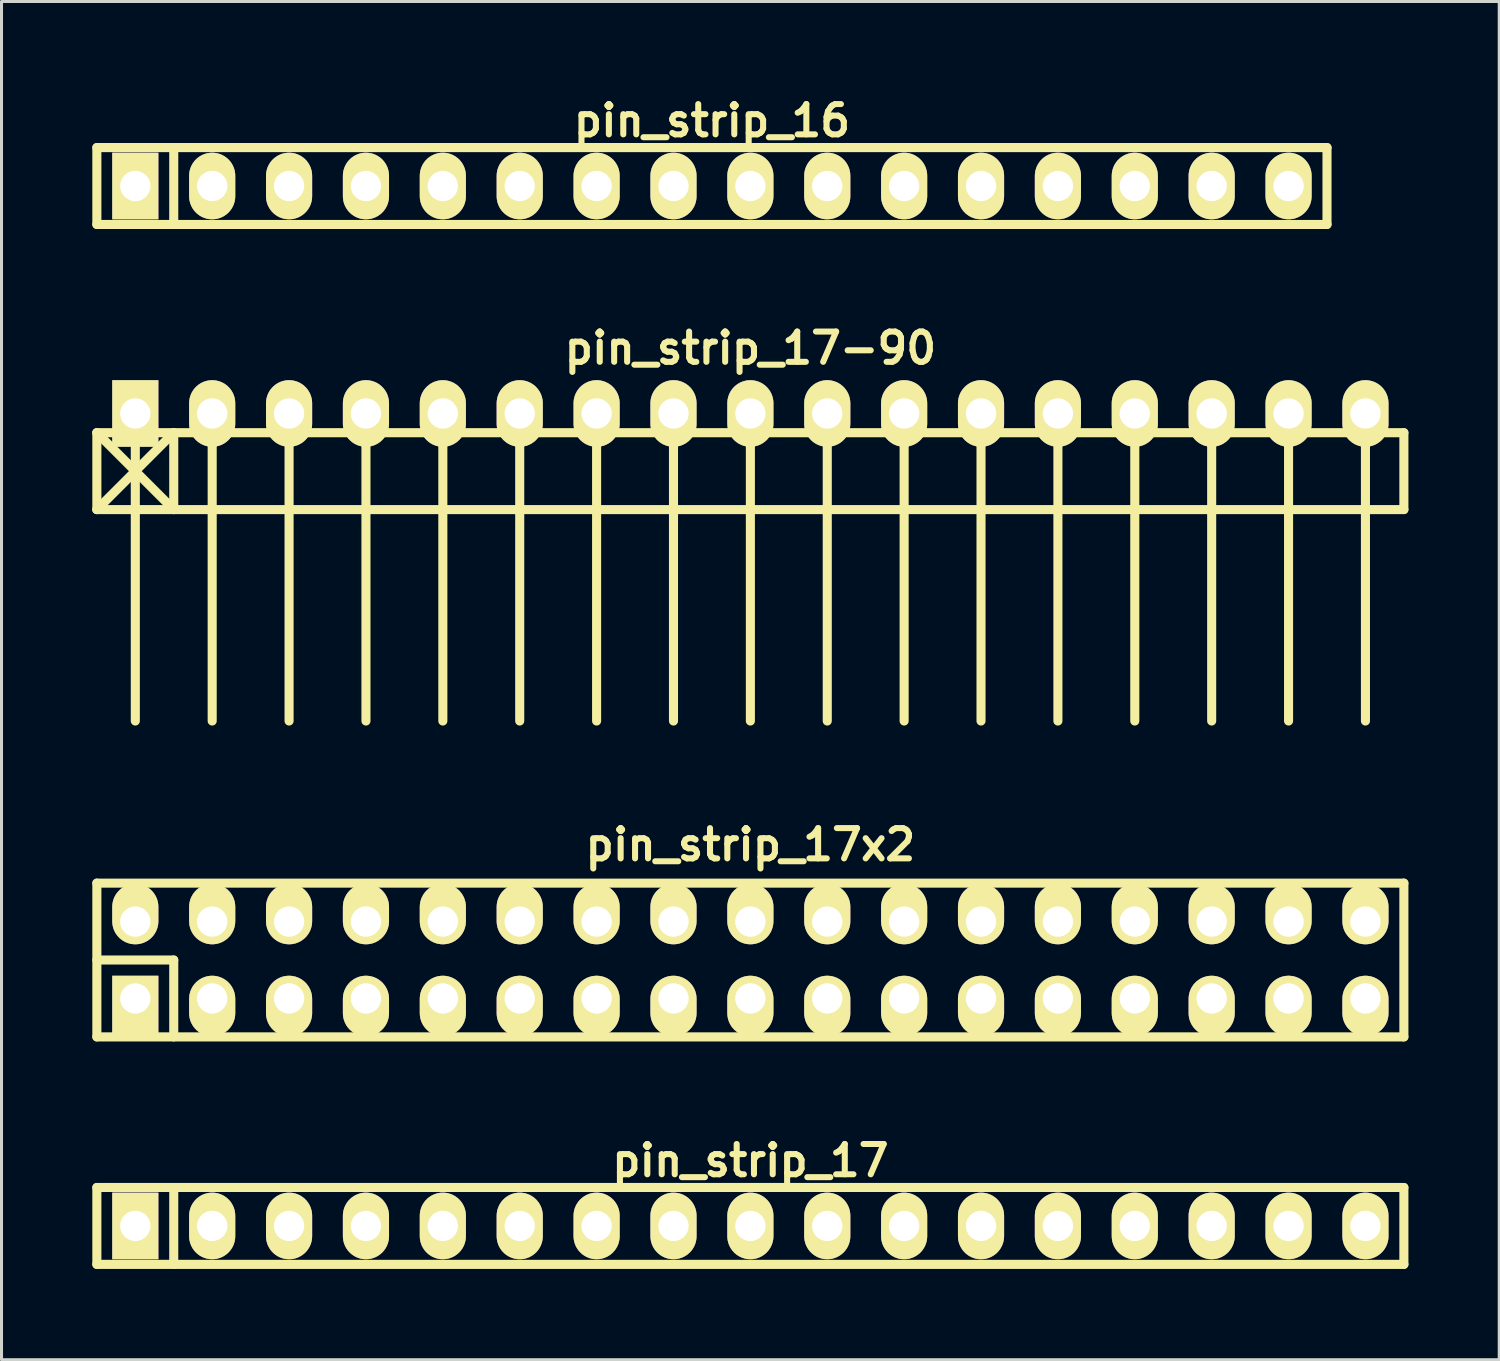
<source format=kicad_pcb>
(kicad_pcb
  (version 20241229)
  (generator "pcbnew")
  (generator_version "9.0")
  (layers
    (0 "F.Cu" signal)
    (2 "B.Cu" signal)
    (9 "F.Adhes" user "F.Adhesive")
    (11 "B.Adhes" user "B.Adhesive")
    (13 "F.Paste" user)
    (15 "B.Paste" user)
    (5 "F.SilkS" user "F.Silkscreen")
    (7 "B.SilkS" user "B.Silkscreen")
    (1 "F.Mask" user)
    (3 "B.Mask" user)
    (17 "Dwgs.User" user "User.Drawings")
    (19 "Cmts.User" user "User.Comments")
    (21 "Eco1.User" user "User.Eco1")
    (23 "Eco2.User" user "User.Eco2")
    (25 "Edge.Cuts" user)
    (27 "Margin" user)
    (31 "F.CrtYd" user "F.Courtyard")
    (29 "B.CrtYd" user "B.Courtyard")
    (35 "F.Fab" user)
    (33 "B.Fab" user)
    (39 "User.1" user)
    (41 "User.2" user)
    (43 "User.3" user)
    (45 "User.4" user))
  (footprint "pin_strip_17-90"
    (layer "F.Cu")
    (at 21.74 10.61)
    (property "Reference" "pin_strip_17-90" (at 0 -2.159 0) (layer "F.SilkS") (effects (font (size 1 1) (thickness 0.2))))
    (attr through_hole)
    (fp_line (start -21.59 0.635) (end 21.59 0.635) (stroke (width 0.3) (type solid)) (layer "F.SilkS"))
    (fp_line (start -21.59 3.175) (end -21.59 0.635) (stroke (width 0.3) (type solid)) (layer "F.SilkS"))
    (fp_line (start -21.59 3.175) (end -19.05 0.635) (stroke (width 0.3) (type solid)) (layer "F.SilkS"))
    (fp_line (start -20.32 0) (end -20.32 10.16) (stroke (width 0.3) (type solid)) (layer "F.SilkS"))
    (fp_line (start -19.05 0.635) (end -19.05 3.175) (stroke (width 0.3) (type solid)) (layer "F.SilkS"))
    (fp_line (start -19.05 3.175) (end -21.59 0.635) (stroke (width 0.3) (type solid)) (layer "F.SilkS"))
    (fp_line (start -17.78 0) (end -17.78 10.16) (stroke (width 0.3) (type solid)) (layer "F.SilkS"))
    (fp_line (start -15.24 10.16) (end -15.24 0) (stroke (width 0.3) (type solid)) (layer "F.SilkS"))
    (fp_line (start -12.7 0) (end -12.7 10.16) (stroke (width 0.3) (type solid)) (layer "F.SilkS"))
    (fp_line (start -10.16 0) (end -10.16 10.16) (stroke (width 0.3) (type solid)) (layer "F.SilkS"))
    (fp_line (start -7.62 0) (end -7.62 10.16) (stroke (width 0.3) (type solid)) (layer "F.SilkS"))
    (fp_line (start -5.08 0) (end -5.08 10.16) (stroke (width 0.3) (type solid)) (layer "F.SilkS"))
    (fp_line (start -2.54 0) (end -2.54 10.16) (stroke (width 0.3) (type solid)) (layer "F.SilkS"))
    (fp_line (start 0 0) (end 0 10.16) (stroke (width 0.3) (type solid)) (layer "F.SilkS"))
    (fp_line (start 2.54 0) (end 2.54 10.16) (stroke (width 0.3) (type solid)) (layer "F.SilkS"))
    (fp_line (start 5.08 0) (end 5.08 10.16) (stroke (width 0.3) (type solid)) (layer "F.SilkS"))
    (fp_line (start 7.62 0) (end 7.62 10.16) (stroke (width 0.3) (type solid)) (layer "F.SilkS"))
    (fp_line (start 10.16 10.16) (end 10.16 0) (stroke (width 0.3) (type solid)) (layer "F.SilkS"))
    (fp_line (start 12.7 0) (end 12.7 10.16) (stroke (width 0.3) (type solid)) (layer "F.SilkS"))
    (fp_line (start 15.24 0) (end 15.24 10.16) (stroke (width 0.3) (type solid)) (layer "F.SilkS"))
    (fp_line (start 17.78 0) (end 17.78 10.16) (stroke (width 0.3) (type solid)) (layer "F.SilkS"))
    (fp_line (start 20.32 0) (end 20.32 10.16) (stroke (width 0.3) (type solid)) (layer "F.SilkS"))
    (fp_line (start 21.59 0.635) (end 21.59 3.175) (stroke (width 0.3) (type solid)) (layer "F.SilkS"))
    (fp_line (start 21.59 3.175) (end -21.59 3.175) (stroke (width 0.3) (type solid)) (layer "F.SilkS"))
    (pad "1" thru_hole rect (at -20.32 0) (size 1.524 2.2) (drill 1.001) (layers "*.Cu" "*.Mask" "F.SilkS"))
    (pad "2" thru_hole oval (at -17.78 0) (size 1.524 2.2) (drill 1.001) (layers "*.Cu" "*.Mask" "F.SilkS"))
    (pad "3" thru_hole oval (at -15.24 0) (size 1.524 2.2) (drill 1.001) (layers "*.Cu" "*.Mask" "F.SilkS"))
    (pad "4" thru_hole oval (at -12.7 0) (size 1.524 2.2) (drill 1.001) (layers "*.Cu" "*.Mask" "F.SilkS"))
    (pad "5" thru_hole oval (at -10.16 0) (size 1.524 2.2) (drill 1.001) (layers "*.Cu" "*.Mask" "F.SilkS"))
    (pad "6" thru_hole oval (at -7.62 0) (size 1.524 2.2) (drill 1.001) (layers "*.Cu" "*.Mask" "F.SilkS"))
    (pad "7" thru_hole oval (at -5.08 0) (size 1.524 2.2) (drill 1.001) (layers "*.Cu" "*.Mask" "F.SilkS"))
    (pad "8" thru_hole oval (at -2.54 0) (size 1.524 2.2) (drill 1.001) (layers "*.Cu" "*.Mask" "F.SilkS"))
    (pad "9" thru_hole oval (at 0 0) (size 1.524 2.2) (drill 1.001) (layers "*.Cu" "*.Mask" "F.SilkS"))
    (pad "10" thru_hole oval (at 2.54 0) (size 1.524 2.2) (drill 1.001) (layers "*.Cu" "*.Mask" "F.SilkS"))
    (pad "11" thru_hole oval (at 5.08 0) (size 1.524 2.2) (drill 1.001) (layers "*.Cu" "*.Mask" "F.SilkS"))
    (pad "12" thru_hole oval (at 7.62 0) (size 1.524 2.2) (drill 1.001) (layers "*.Cu" "*.Mask" "F.SilkS"))
    (pad "13" thru_hole oval (at 10.16 0) (size 1.524 2.2) (drill 1.001) (layers "*.Cu" "*.Mask" "F.SilkS"))
    (pad "14" thru_hole oval (at 12.7 0) (size 1.524 2.2) (drill 1.001) (layers "*.Cu" "*.Mask" "F.SilkS"))
    (pad "15" thru_hole oval (at 15.24 0) (size 1.524 2.2) (drill 1.001) (layers "*.Cu" "*.Mask" "F.SilkS"))
    (pad "16" thru_hole oval (at 17.78 0) (size 1.524 2.2) (drill 1.001) (layers "*.Cu" "*.Mask" "F.SilkS"))
    (pad "17" thru_hole oval (at 20.32 0) (size 1.524 2.2) (drill 1.001) (layers "*.Cu" "*.Mask" "F.SilkS")))
  (footprint "pin_strip_17x2"
    (layer "F.Cu")
    (at 21.74 28.666)
    (property "Reference" "pin_strip_17x2" (at 0 -3.81 0) (layer "F.SilkS") (effects (font (size 1 1) (thickness 0.2))))
    (attr through_hole)
    (fp_line (start -21.59 -2.54) (end -21.59 2.54) (stroke (width 0.3) (type solid)) (layer "F.SilkS"))
    (fp_line (start -21.59 -2.54) (end 21.59 -2.54) (stroke (width 0.3) (type solid)) (layer "F.SilkS"))
    (fp_line (start -21.59 0) (end -19.05 0) (stroke (width 0.3) (type solid)) (layer "F.SilkS"))
    (fp_line (start -19.05 0) (end -19.05 2.54) (stroke (width 0.3) (type solid)) (layer "F.SilkS"))
    (fp_line (start 21.59 2.54) (end -21.59 2.54) (stroke (width 0.3) (type solid)) (layer "F.SilkS"))
    (fp_line (start 21.59 2.54) (end 21.59 -2.54) (stroke (width 0.3) (type solid)) (layer "F.SilkS"))
    (pad "1" thru_hole rect (at -20.32 1.27) (size 1.524 1.999) (drill 1.001 (offset 0 0.249)) (layers "*.Cu" "*.Mask" "F.SilkS"))
    (pad "2" thru_hole oval (at -20.32 -1.27) (size 1.524 1.999) (drill 1.001 (offset 0 -0.249)) (layers "*.Cu" "*.Mask" "F.SilkS"))
    (pad "3" thru_hole oval (at -17.78 1.27) (size 1.524 1.999) (drill 1.001 (offset 0 0.249)) (layers "*.Cu" "*.Mask" "F.SilkS"))
    (pad "4" thru_hole oval (at -17.78 -1.27) (size 1.524 1.999) (drill 1.001 (offset 0 -0.249)) (layers "*.Cu" "*.Mask" "F.SilkS"))
    (pad "5" thru_hole oval (at -15.24 1.27) (size 1.524 1.999) (drill 1.001 (offset 0 0.249)) (layers "*.Cu" "*.Mask" "F.SilkS"))
    (pad "6" thru_hole oval (at -15.24 -1.27) (size 1.524 1.999) (drill 1.001 (offset 0 -0.249)) (layers "*.Cu" "*.Mask" "F.SilkS"))
    (pad "7" thru_hole oval (at -12.7 1.27) (size 1.524 1.999) (drill 1.001 (offset 0 0.249)) (layers "*.Cu" "*.Mask" "F.SilkS"))
    (pad "8" thru_hole oval (at -12.7 -1.27) (size 1.524 1.999) (drill 1.001 (offset 0 -0.249)) (layers "*.Cu" "*.Mask" "F.SilkS"))
    (pad "9" thru_hole oval (at -10.16 1.27) (size 1.524 1.999) (drill 1.001 (offset 0 0.249)) (layers "*.Cu" "*.Mask" "F.SilkS"))
    (pad "10" thru_hole oval (at -10.16 -1.27) (size 1.524 1.999) (drill 1.001 (offset 0 -0.249)) (layers "*.Cu" "*.Mask" "F.SilkS"))
    (pad "11" thru_hole oval (at -7.62 1.27) (size 1.524 1.999) (drill 1.001 (offset 0 0.249)) (layers "*.Cu" "*.Mask" "F.SilkS"))
    (pad "12" thru_hole oval (at -7.62 -1.27) (size 1.524 1.999) (drill 1.001 (offset 0 -0.249)) (layers "*.Cu" "*.Mask" "F.SilkS"))
    (pad "13" thru_hole oval (at -5.08 1.27) (size 1.524 1.999) (drill 1.001 (offset 0 0.249)) (layers "*.Cu" "*.Mask" "F.SilkS"))
    (pad "14" thru_hole oval (at -5.08 -1.27) (size 1.524 1.999) (drill 1.001 (offset 0 -0.249)) (layers "*.Cu" "*.Mask" "F.SilkS"))
    (pad "15" thru_hole oval (at -2.54 1.27) (size 1.524 1.999) (drill 1.001 (offset 0 0.249)) (layers "*.Cu" "*.Mask" "F.SilkS"))
    (pad "16" thru_hole oval (at -2.54 -1.27) (size 1.524 1.999) (drill 1.001 (offset 0 -0.249)) (layers "*.Cu" "*.Mask" "F.SilkS"))
    (pad "17" thru_hole oval (at 0 1.27) (size 1.524 1.999) (drill 1.001 (offset 0 0.249)) (layers "*.Cu" "*.Mask" "F.SilkS"))
    (pad "18" thru_hole oval (at 0 -1.27) (size 1.524 1.999) (drill 1.001 (offset 0 -0.249)) (layers "*.Cu" "*.Mask" "F.SilkS"))
    (pad "19" thru_hole oval (at 2.54 1.27) (size 1.524 1.999) (drill 1.001 (offset 0 0.249)) (layers "*.Cu" "*.Mask" "F.SilkS"))
    (pad "20" thru_hole oval (at 2.54 -1.27) (size 1.524 1.999) (drill 1.001 (offset 0 -0.249)) (layers "*.Cu" "*.Mask" "F.SilkS"))
    (pad "21" thru_hole oval (at 5.08 1.27) (size 1.524 1.999) (drill 1.001 (offset 0 0.249)) (layers "*.Cu" "*.Mask" "F.SilkS"))
    (pad "22" thru_hole oval (at 5.08 -1.27) (size 1.524 1.999) (drill 1.001 (offset 0 -0.249)) (layers "*.Cu" "*.Mask" "F.SilkS"))
    (pad "23" thru_hole oval (at 7.62 1.27) (size 1.524 1.999) (drill 1.001 (offset 0 0.249)) (layers "*.Cu" "*.Mask" "F.SilkS"))
    (pad "24" thru_hole oval (at 7.62 -1.27) (size 1.524 1.999) (drill 1.001 (offset 0 -0.249)) (layers "*.Cu" "*.Mask" "F.SilkS"))
    (pad "25" thru_hole oval (at 10.16 1.27) (size 1.524 1.999) (drill 1.001 (offset 0 0.249)) (layers "*.Cu" "*.Mask" "F.SilkS"))
    (pad "26" thru_hole oval (at 10.16 -1.27) (size 1.524 1.999) (drill 1.001 (offset 0 -0.249)) (layers "*.Cu" "*.Mask" "F.SilkS"))
    (pad "27" thru_hole oval (at 12.7 1.27) (size 1.524 1.999) (drill 1.001 (offset 0 0.249)) (layers "*.Cu" "*.Mask" "F.SilkS"))
    (pad "28" thru_hole oval (at 12.7 -1.27) (size 1.524 1.999) (drill 1.001 (offset 0 -0.249)) (layers "*.Cu" "*.Mask" "F.SilkS"))
    (pad "29" thru_hole oval (at 15.24 1.27) (size 1.524 1.999) (drill 1.001 (offset 0 0.249)) (layers "*.Cu" "*.Mask" "F.SilkS"))
    (pad "30" thru_hole oval (at 15.24 -1.27) (size 1.524 1.999) (drill 1.001 (offset 0 -0.249)) (layers "*.Cu" "*.Mask" "F.SilkS"))
    (pad "31" thru_hole oval (at 17.78 1.27) (size 1.524 1.999) (drill 1.001 (offset 0 0.249)) (layers "*.Cu" "*.Mask" "F.SilkS"))
    (pad "32" thru_hole oval (at 17.78 -1.27) (size 1.524 1.999) (drill 1.001 (offset 0 -0.249)) (layers "*.Cu" "*.Mask" "F.SilkS"))
    (pad "33" thru_hole oval (at 20.32 1.27) (size 1.524 1.999) (drill 1.001 (offset 0 0.249)) (layers "*.Cu" "*.Mask" "F.SilkS"))
    (pad "34" thru_hole oval (at 20.32 -1.27) (size 1.524 1.999) (drill 1.001 (offset 0 -0.249)) (layers "*.Cu" "*.Mask" "F.SilkS")))
  (footprint "pin_strip_17"
    (layer "F.Cu")
    (at 21.74 37.451)
    (property "Reference" "pin_strip_17" (at 0 -2.159 0) (layer "F.SilkS") (effects (font (size 1 1) (thickness 0.2))))
    (attr through_hole)
    (fp_line (start -21.59 -1.27) (end 21.59 -1.27) (stroke (width 0.3) (type solid)) (layer "F.SilkS"))
    (fp_line (start -21.59 1.27) (end -21.59 -1.27) (stroke (width 0.3) (type solid)) (layer "F.SilkS"))
    (fp_line (start -19.05 -1.27) (end -19.05 1.27) (stroke (width 0.3) (type solid)) (layer "F.SilkS"))
    (fp_line (start 21.59 -1.27) (end 21.59 1.27) (stroke (width 0.3) (type solid)) (layer "F.SilkS"))
    (fp_line (start 21.59 1.27) (end -21.59 1.27) (stroke (width 0.3) (type solid)) (layer "F.SilkS"))
    (pad "1" thru_hole rect (at -20.32 0) (size 1.524 2.2) (drill 1.001) (layers "*.Cu" "*.Mask" "F.SilkS"))
    (pad "2" thru_hole oval (at -17.78 0) (size 1.524 2.2) (drill 1.001) (layers "*.Cu" "*.Mask" "F.SilkS"))
    (pad "3" thru_hole oval (at -15.24 0) (size 1.524 2.2) (drill 1.001) (layers "*.Cu" "*.Mask" "F.SilkS"))
    (pad "4" thru_hole oval (at -12.7 0) (size 1.524 2.2) (drill 1.001) (layers "*.Cu" "*.Mask" "F.SilkS"))
    (pad "5" thru_hole oval (at -10.16 0) (size 1.524 2.2) (drill 1.001) (layers "*.Cu" "*.Mask" "F.SilkS"))
    (pad "6" thru_hole oval (at -7.62 0) (size 1.524 2.2) (drill 1.001) (layers "*.Cu" "*.Mask" "F.SilkS"))
    (pad "7" thru_hole oval (at -5.08 0) (size 1.524 2.2) (drill 1.001) (layers "*.Cu" "*.Mask" "F.SilkS"))
    (pad "8" thru_hole oval (at -2.54 0) (size 1.524 2.2) (drill 1.001) (layers "*.Cu" "*.Mask" "F.SilkS"))
    (pad "9" thru_hole oval (at 0 0) (size 1.524 2.2) (drill 1.001) (layers "*.Cu" "*.Mask" "F.SilkS"))
    (pad "10" thru_hole oval (at 2.54 0) (size 1.524 2.2) (drill 1.001) (layers "*.Cu" "*.Mask" "F.SilkS"))
    (pad "11" thru_hole oval (at 5.08 0) (size 1.524 2.2) (drill 1.001) (layers "*.Cu" "*.Mask" "F.SilkS"))
    (pad "12" thru_hole oval (at 7.62 0) (size 1.524 2.2) (drill 1.001) (layers "*.Cu" "*.Mask" "F.SilkS"))
    (pad "13" thru_hole oval (at 10.16 0) (size 1.524 2.2) (drill 1.001) (layers "*.Cu" "*.Mask" "F.SilkS"))
    (pad "14" thru_hole oval (at 12.7 0) (size 1.524 2.2) (drill 1.001) (layers "*.Cu" "*.Mask" "F.SilkS"))
    (pad "15" thru_hole oval (at 15.24 0) (size 1.524 2.2) (drill 1.001) (layers "*.Cu" "*.Mask" "F.SilkS"))
    (pad "16" thru_hole oval (at 17.78 0) (size 1.524 2.2) (drill 1.001) (layers "*.Cu" "*.Mask" "F.SilkS"))
    (pad "17" thru_hole oval (at 20.32 0) (size 1.524 2.2) (drill 1.001) (layers "*.Cu" "*.Mask" "F.SilkS")))
  (footprint "pin_strip_16"
    (layer "F.Cu")
    (at 20.47 3.095)
    (property "Reference" "pin_strip_16" (at 0 -2.159 0) (layer "F.SilkS") (effects (font (size 1 1) (thickness 0.2))))
    (attr through_hole)
    (fp_line (start -20.32 -1.27) (end 20.32 -1.27) (stroke (width 0.3) (type solid)) (layer "F.SilkS"))
    (fp_line (start -20.32 1.27) (end -20.32 -1.27) (stroke (width 0.3) (type solid)) (layer "F.SilkS"))
    (fp_line (start -17.78 -1.27) (end -17.78 1.27) (stroke (width 0.3) (type solid)) (layer "F.SilkS"))
    (fp_line (start 20.32 -1.27) (end 20.32 1.27) (stroke (width 0.3) (type solid)) (layer "F.SilkS"))
    (fp_line (start 20.32 1.27) (end -20.32 1.27) (stroke (width 0.3) (type solid)) (layer "F.SilkS"))
    (pad "1" thru_hole rect (at -19.05 0) (size 1.524 2.2) (drill 1.001) (layers "*.Cu" "*.Mask" "F.SilkS"))
    (pad "2" thru_hole oval (at -16.51 0) (size 1.524 2.2) (drill 1.001) (layers "*.Cu" "*.Mask" "F.SilkS"))
    (pad "3" thru_hole oval (at -13.97 0) (size 1.524 2.2) (drill 1.001) (layers "*.Cu" "*.Mask" "F.SilkS"))
    (pad "4" thru_hole oval (at -11.43 0) (size 1.524 2.2) (drill 1.001) (layers "*.Cu" "*.Mask" "F.SilkS"))
    (pad "5" thru_hole oval (at -8.89 0) (size 1.524 2.2) (drill 1.001) (layers "*.Cu" "*.Mask" "F.SilkS"))
    (pad "6" thru_hole oval (at -6.35 0) (size 1.524 2.2) (drill 1.001) (layers "*.Cu" "*.Mask" "F.SilkS"))
    (pad "7" thru_hole oval (at -3.81 0) (size 1.524 2.2) (drill 1.001) (layers "*.Cu" "*.Mask" "F.SilkS"))
    (pad "8" thru_hole oval (at -1.27 0) (size 1.524 2.2) (drill 1.001) (layers "*.Cu" "*.Mask" "F.SilkS"))
    (pad "9" thru_hole oval (at 1.27 0) (size 1.524 2.2) (drill 1.001) (layers "*.Cu" "*.Mask" "F.SilkS"))
    (pad "10" thru_hole oval (at 3.81 0) (size 1.524 2.2) (drill 1.001) (layers "*.Cu" "*.Mask" "F.SilkS"))
    (pad "11" thru_hole oval (at 6.35 0) (size 1.524 2.2) (drill 1.001) (layers "*.Cu" "*.Mask" "F.SilkS"))
    (pad "12" thru_hole oval (at 8.89 0) (size 1.524 2.2) (drill 1.001) (layers "*.Cu" "*.Mask" "F.SilkS"))
    (pad "13" thru_hole oval (at 11.43 0) (size 1.524 2.2) (drill 1.001) (layers "*.Cu" "*.Mask" "F.SilkS"))
    (pad "14" thru_hole oval (at 13.97 0) (size 1.524 2.2) (drill 1.001) (layers "*.Cu" "*.Mask" "F.SilkS"))
    (pad "15" thru_hole oval (at 16.51 0) (size 1.524 2.2) (drill 1.001) (layers "*.Cu" "*.Mask" "F.SilkS"))
    (pad "16" thru_hole oval (at 19.05 0) (size 1.524 2.2) (drill 1.001) (layers "*.Cu" "*.Mask" "F.SilkS")))
  (gr_rect
    (start -3 -3)
    (end 46.48 41.871)
    (stroke (width 0.1) (type default))
    (fill no)
    (layer "Edge.Cuts")))
</source>
